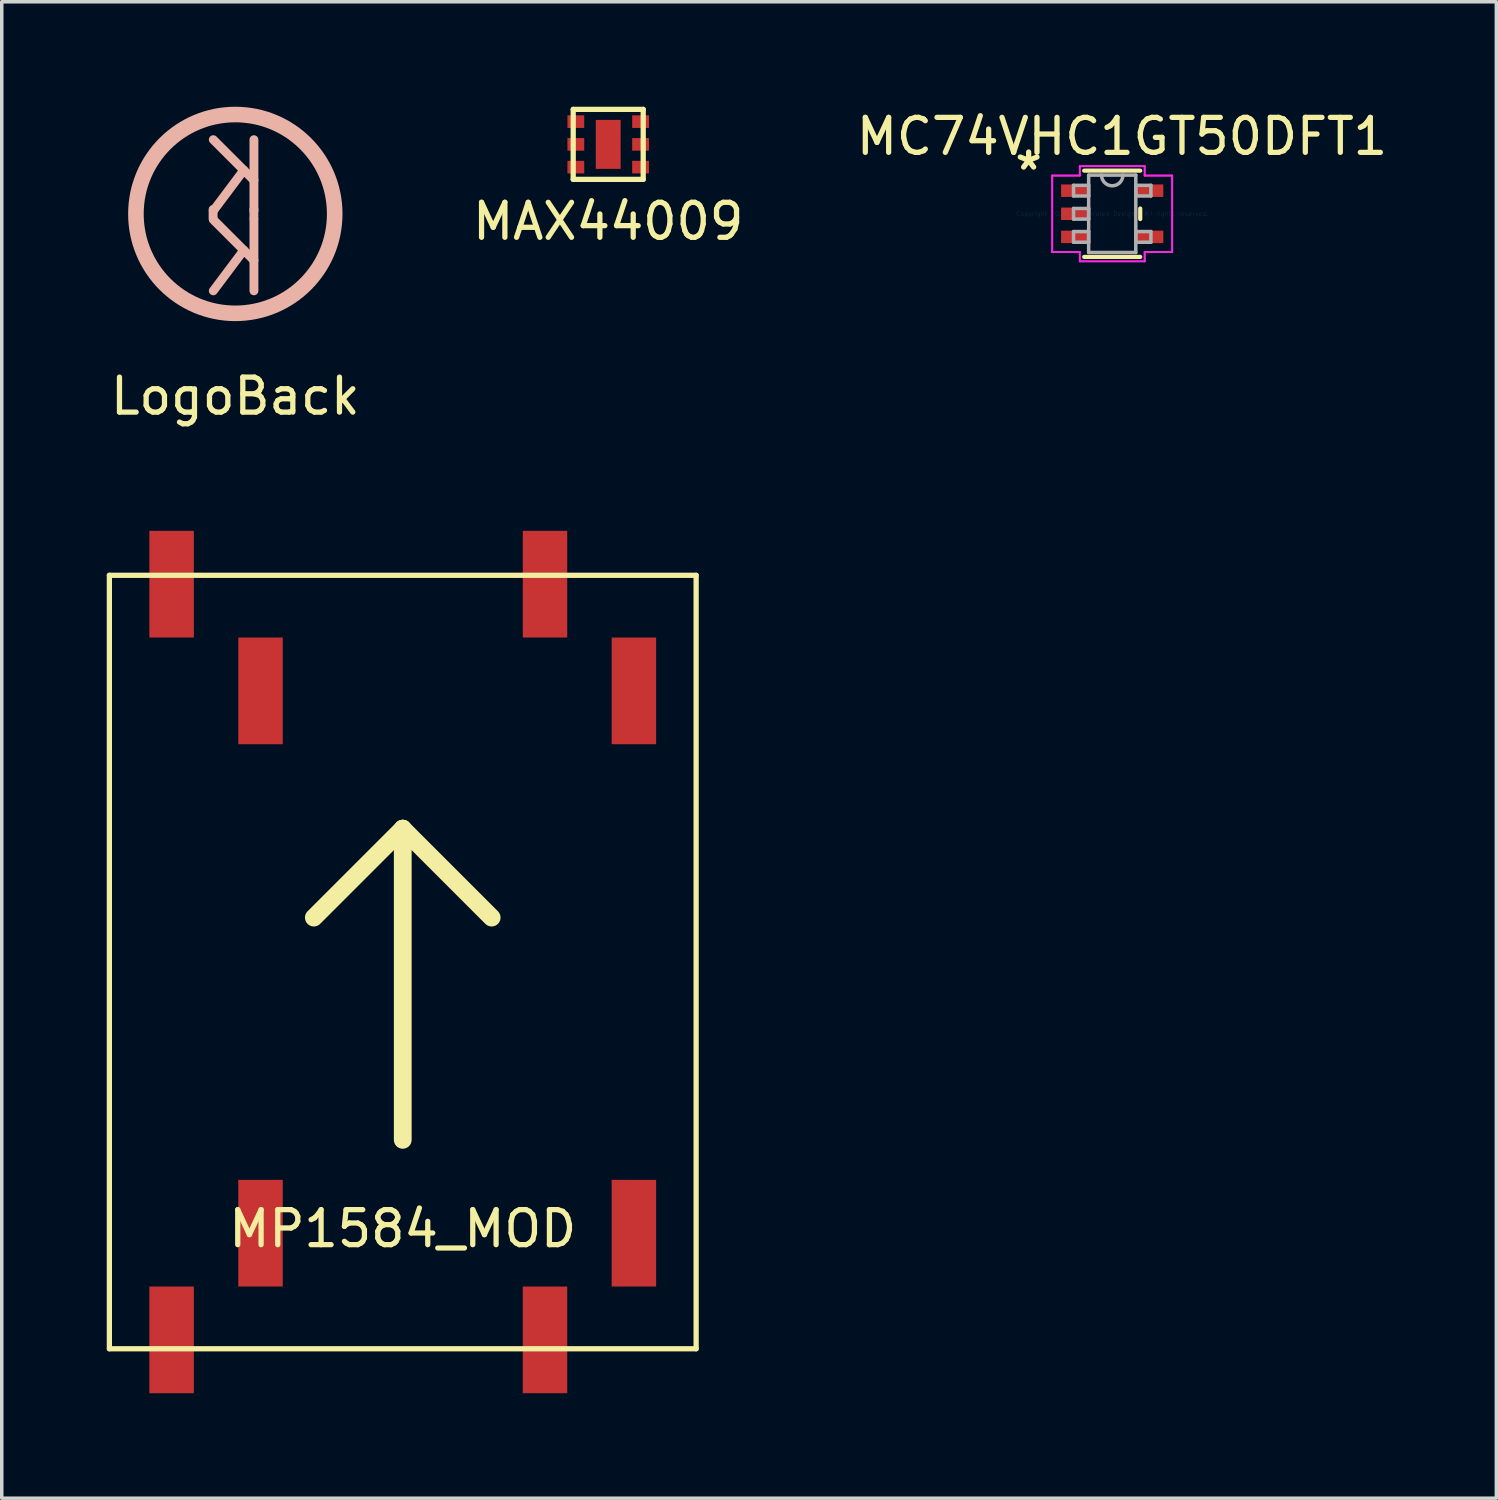
<source format=kicad_pcb>
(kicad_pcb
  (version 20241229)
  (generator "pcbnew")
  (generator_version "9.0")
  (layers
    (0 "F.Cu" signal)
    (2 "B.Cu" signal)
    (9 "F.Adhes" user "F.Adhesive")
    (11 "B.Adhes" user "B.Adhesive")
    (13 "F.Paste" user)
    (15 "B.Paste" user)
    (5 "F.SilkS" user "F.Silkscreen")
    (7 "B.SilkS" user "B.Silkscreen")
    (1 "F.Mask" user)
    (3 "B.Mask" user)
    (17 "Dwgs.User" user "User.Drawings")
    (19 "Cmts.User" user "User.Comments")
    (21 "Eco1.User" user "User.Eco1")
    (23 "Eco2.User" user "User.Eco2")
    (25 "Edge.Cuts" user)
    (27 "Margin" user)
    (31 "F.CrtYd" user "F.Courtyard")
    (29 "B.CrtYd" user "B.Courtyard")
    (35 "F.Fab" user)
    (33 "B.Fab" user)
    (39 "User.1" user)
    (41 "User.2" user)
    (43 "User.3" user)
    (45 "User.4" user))
  (footprint "LogoBack"
    (layer "F.Cu")
    (at 3.673 3.062)
    (property "Reference" "LogoBack" (at 0 5.207 0) (layer "F.SilkS") (effects (font (size 1 1) (thickness 0.15))))
    (attr through_hole)
    (fp_line (start -0.635 -0.127) (end -0.635 0.127) (stroke (width 0.254) (type solid)) (layer "B.SilkS"))
    (fp_line (start 0.531 -0.127) (end 0.531 0.127) (stroke (width 0.254) (type solid)) (layer "B.SilkS"))
    (fp_circle (center 0 0) (end 2.54 -1.27) (stroke (width 0.445) (type solid)) (fill no) (layer "B.SilkS"))
    (fp_text user "K" (at 0 1.27 0) (layer "B.SilkS") (effects (font (size 2.032 2.032) (thickness 0.254)) (justify mirror)))
    (fp_text user "K" (at 0 -1.016 0) (layer "B.SilkS") (effects (font (size 2.032 2.032) (thickness 0.254)) (justify mirror))))
  (footprint "MAX44009"
    (layer "F.Cu")
    (at 14.327 1.075)
    (property "Reference" "MAX44009" (at 0 2.2 0) (layer "F.SilkS") (effects (font (size 1 1) (thickness 0.15))))
    (attr through_hole)
    (fp_line (start -1 -1) (end 1 -1) (stroke (width 0.15) (type solid)) (layer "F.SilkS"))
    (fp_line (start -1 1) (end -1 -1) (stroke (width 0.15) (type solid)) (layer "F.SilkS"))
    (fp_line (start 1 -1) (end 1 1) (stroke (width 0.15) (type solid)) (layer "F.SilkS"))
    (fp_line (start 1 1) (end -1 1) (stroke (width 0.15) (type solid)) (layer "F.SilkS"))
    (pad "" smd rect (at 0 0) (size 0.71 1.4) (layers "F.Cu" "F.Mask" "F.Paste"))
    (pad "1" smd rect (at -0.925 -0.65) (size 0.48 0.36) (layers "F.Cu" "F.Mask" "F.Paste"))
    (pad "2" smd rect (at -0.925 0) (size 0.48 0.36) (layers "F.Cu" "F.Mask" "F.Paste"))
    (pad "3" smd rect (at -0.925 0.65) (size 0.48 0.36) (layers "F.Cu" "F.Mask" "F.Paste"))
    (pad "4" smd rect (at 0.925 0.65) (size 0.48 0.36) (layers "F.Cu" "F.Mask" "F.Paste"))
    (pad "5" smd rect (at 0.925 0) (size 0.48 0.36) (layers "F.Cu" "F.Mask" "F.Paste"))
    (pad "6" smd rect (at 0.925 -0.65) (size 0.48 0.36) (layers "F.Cu" "F.Mask" "F.Paste")))
  (footprint "MC74VHC1GT50DFT1"
    (layer "F.Cu")
    (at 28.727 3.058)
    (property "Reference" "MC74VHC1GT50DFT1" (at 0.279 -2.21 0) (layer "F.SilkS") (effects (font (size 1 1) (thickness 0.15))))
    (attr through_hole)
    (fp_line (start -0.8 1.232) (end 0.8 1.232) (stroke (width 0.12) (type solid)) (layer "F.SilkS"))
    (fp_line (start 0.8 -1.232) (end -0.8 -1.232) (stroke (width 0.12) (type solid)) (layer "F.SilkS"))
    (fp_line (start 0.8 0.15) (end 0.8 -0.15) (stroke (width 0.12) (type solid)) (layer "F.SilkS"))
    (fp_line (start -1.714 -1.092) (end -0.927 -1.092) (stroke (width 0.05) (type solid)) (layer "F.CrtYd"))
    (fp_line (start -1.714 -1.092) (end -0.927 -1.092) (stroke (width 0.05) (type solid)) (layer "F.CrtYd"))
    (fp_line (start -1.714 1.092) (end -1.714 -1.092) (stroke (width 0.05) (type solid)) (layer "F.CrtYd"))
    (fp_line (start -1.714 1.092) (end -1.714 -1.092) (stroke (width 0.05) (type solid)) (layer "F.CrtYd"))
    (fp_line (start -1.714 1.092) (end -0.927 1.092) (stroke (width 0.05) (type solid)) (layer "F.CrtYd"))
    (fp_line (start -0.927 -1.359) (end 0.927 -1.359) (stroke (width 0.05) (type solid)) (layer "F.CrtYd"))
    (fp_line (start -0.927 -1.359) (end 0.927 -1.359) (stroke (width 0.05) (type solid)) (layer "F.CrtYd"))
    (fp_line (start -0.927 -1.092) (end -0.927 -1.359) (stroke (width 0.05) (type solid)) (layer "F.CrtYd"))
    (fp_line (start -0.927 -1.092) (end -0.927 -1.359) (stroke (width 0.05) (type solid)) (layer "F.CrtYd"))
    (fp_line (start -0.927 1.092) (end -1.714 1.092) (stroke (width 0.05) (type solid)) (layer "F.CrtYd"))
    (fp_line (start -0.927 1.359) (end -0.927 1.092) (stroke (width 0.05) (type solid)) (layer "F.CrtYd"))
    (fp_line (start -0.927 1.359) (end -0.927 1.092) (stroke (width 0.05) (type solid)) (layer "F.CrtYd"))
    (fp_line (start 0.927 -1.359) (end 0.927 -1.092) (stroke (width 0.05) (type solid)) (layer "F.CrtYd"))
    (fp_line (start 0.927 -1.359) (end 0.927 -1.092) (stroke (width 0.05) (type solid)) (layer "F.CrtYd"))
    (fp_line (start 0.927 -1.092) (end 1.714 -1.092) (stroke (width 0.05) (type solid)) (layer "F.CrtYd"))
    (fp_line (start 0.927 1.092) (end 0.927 1.359) (stroke (width 0.05) (type solid)) (layer "F.CrtYd"))
    (fp_line (start 0.927 1.092) (end 0.927 1.359) (stroke (width 0.05) (type solid)) (layer "F.CrtYd"))
    (fp_line (start 0.927 1.359) (end -0.927 1.359) (stroke (width 0.05) (type solid)) (layer "F.CrtYd"))
    (fp_line (start 0.927 1.359) (end -0.927 1.359) (stroke (width 0.05) (type solid)) (layer "F.CrtYd"))
    (fp_line (start 1.714 -1.092) (end 0.927 -1.092) (stroke (width 0.05) (type solid)) (layer "F.CrtYd"))
    (fp_line (start 1.714 -1.092) (end 1.714 1.092) (stroke (width 0.05) (type solid)) (layer "F.CrtYd"))
    (fp_line (start 1.714 -1.092) (end 1.714 1.092) (stroke (width 0.05) (type solid)) (layer "F.CrtYd"))
    (fp_line (start 1.714 1.092) (end 0.927 1.092) (stroke (width 0.05) (type solid)) (layer "F.CrtYd"))
    (fp_line (start 1.714 1.092) (end 0.927 1.092) (stroke (width 0.05) (type solid)) (layer "F.CrtYd"))
    (fp_line (start -1.105 -0.813) (end -1.105 -0.508) (stroke (width 0.1) (type solid)) (layer "F.Fab"))
    (fp_line (start -1.105 -0.508) (end -0.673 -0.508) (stroke (width 0.1) (type solid)) (layer "F.Fab"))
    (fp_line (start -1.105 -0.152) (end -1.105 0.152) (stroke (width 0.1) (type solid)) (layer "F.Fab"))
    (fp_line (start -1.105 0.152) (end -0.673 0.152) (stroke (width 0.1) (type solid)) (layer "F.Fab"))
    (fp_line (start -1.105 0.508) (end -1.105 0.813) (stroke (width 0.1) (type solid)) (layer "F.Fab"))
    (fp_line (start -1.105 0.813) (end -0.673 0.813) (stroke (width 0.1) (type solid)) (layer "F.Fab"))
    (fp_line (start -0.673 -1.105) (end -0.673 1.105) (stroke (width 0.1) (type solid)) (layer "F.Fab"))
    (fp_line (start -0.673 -0.813) (end -1.105 -0.813) (stroke (width 0.1) (type solid)) (layer "F.Fab"))
    (fp_line (start -0.673 -0.508) (end -0.673 -0.813) (stroke (width 0.1) (type solid)) (layer "F.Fab"))
    (fp_line (start -0.673 -0.152) (end -1.105 -0.152) (stroke (width 0.1) (type solid)) (layer "F.Fab"))
    (fp_line (start -0.673 0.152) (end -0.673 -0.152) (stroke (width 0.1) (type solid)) (layer "F.Fab"))
    (fp_line (start -0.673 0.508) (end -1.105 0.508) (stroke (width 0.1) (type solid)) (layer "F.Fab"))
    (fp_line (start -0.673 0.813) (end -0.673 0.508) (stroke (width 0.1) (type solid)) (layer "F.Fab"))
    (fp_line (start -0.673 1.105) (end 0.673 1.105) (stroke (width 0.1) (type solid)) (layer "F.Fab"))
    (fp_line (start 0.673 -1.105) (end -0.673 -1.105) (stroke (width 0.1) (type solid)) (layer "F.Fab"))
    (fp_line (start 0.673 -0.813) (end 0.673 -0.508) (stroke (width 0.1) (type solid)) (layer "F.Fab"))
    (fp_line (start 0.673 -0.508) (end 1.105 -0.508) (stroke (width 0.1) (type solid)) (layer "F.Fab"))
    (fp_line (start 0.673 0.508) (end 0.673 0.813) (stroke (width 0.1) (type solid)) (layer "F.Fab"))
    (fp_line (start 0.673 0.813) (end 1.105 0.813) (stroke (width 0.1) (type solid)) (layer "F.Fab"))
    (fp_line (start 0.673 1.105) (end 0.673 -1.105) (stroke (width 0.1) (type solid)) (layer "F.Fab"))
    (fp_line (start 1.105 -0.813) (end 0.673 -0.813) (stroke (width 0.1) (type solid)) (layer "F.Fab"))
    (fp_line (start 1.105 -0.508) (end 1.105 -0.813) (stroke (width 0.1) (type solid)) (layer "F.Fab"))
    (fp_line (start 1.105 0.508) (end 0.673 0.508) (stroke (width 0.1) (type solid)) (layer "F.Fab"))
    (fp_line (start 1.105 0.813) (end 1.105 0.508) (stroke (width 0.1) (type solid)) (layer "F.Fab"))
    (fp_arc (start 0.3048 -1.1049) (mid 0 -0.8001) (end -0.3048 -1.1049) (stroke (width 0.1) (type solid)) (layer "F.Fab"))
    (fp_text user "*" (at -2.388 -1.219 0) (layer "F.SilkS") (effects (font (size 1 1) (thickness 0.15))))
    (fp_text user "Copyright 2021 Accelerated Designs. All rights reserved." (at 0 0 0) (layer "Cmts.User") (effects (font (size 0.127 0.127) (thickness 0.002))))
    (pad "1" smd rect (at -1.067 -0.66) (size 0.787 0.356) (layers "F.Cu" "F.Mask" "F.Paste"))
    (pad "2" smd rect (at -1.067 0) (size 0.787 0.356) (layers "F.Cu" "F.Mask" "F.Paste"))
    (pad "3" smd rect (at -1.067 0.66) (size 0.787 0.356) (layers "F.Cu" "F.Mask" "F.Paste"))
    (pad "4" smd rect (at 1.067 0.66) (size 0.787 0.356) (layers "F.Cu" "F.Mask" "F.Paste"))
    (pad "5" smd rect (at 1.067 -0.66) (size 0.787 0.356) (layers "F.Cu" "F.Mask" "F.Paste")))
  (footprint "MP1584_MOD"
    (layer "F.Cu")
    (at 8.457 24.436)
    (property "Reference" "MP1584_MOD" (at 0 7.62 0) (layer "F.SilkS") (effects (font (size 1 1) (thickness 0.15))))
    (attr through_hole)
    (fp_line (start -8.382 -11.049) (end -8.382 11.049) (stroke (width 0.15) (type solid)) (layer "F.SilkS"))
    (fp_line (start -8.382 11.049) (end 8.382 11.049) (stroke (width 0.15) (type solid)) (layer "F.SilkS"))
    (fp_line (start 0 -3.81) (end -2.54 -1.27) (stroke (width 0.508) (type solid)) (layer "F.SilkS"))
    (fp_line (start 0 -3.81) (end 2.54 -1.27) (stroke (width 0.508) (type solid)) (layer "F.SilkS"))
    (fp_line (start 0 5.08) (end 0 -3.81) (stroke (width 0.508) (type solid)) (layer "F.SilkS"))
    (fp_line (start 8.382 -11.049) (end -8.382 -11.049) (stroke (width 0.15) (type solid)) (layer "F.SilkS"))
    (fp_line (start 8.382 11.049) (end 8.382 -11.049) (stroke (width 0.15) (type solid)) (layer "F.SilkS"))
    (pad "1" smd rect (at -6.604 -10.795) (size 1.27 3.048) (layers "F.Cu" "F.Mask" "F.Paste"))
    (pad "2" smd rect (at -4.064 -7.747) (size 1.27 3.048) (layers "F.Cu" "F.Mask" "F.Paste"))
    (pad "3" smd rect (at 4.064 -10.795) (size 1.27 3.048) (layers "F.Cu" "F.Mask" "F.Paste"))
    (pad "4" smd rect (at 6.604 -7.747) (size 1.27 3.048) (layers "F.Cu" "F.Mask" "F.Paste"))
    (pad "5" smd rect (at -6.604 10.795) (size 1.27 3.048) (layers "F.Cu" "F.Mask" "F.Paste"))
    (pad "6" smd rect (at -4.064 7.747) (size 1.27 3.048) (layers "F.Cu" "F.Mask" "F.Paste"))
    (pad "7" smd rect (at 4.064 10.795) (size 1.27 3.048) (layers "F.Cu" "F.Mask" "F.Paste"))
    (pad "8" smd rect (at 6.604 7.747) (size 1.27 3.048) (layers "F.Cu" "F.Mask" "F.Paste")))
  (gr_rect
    (start -3 -3)
    (end 39.702 39.755)
    (stroke (width 0.1) (type default))
    (fill no)
    (layer "Edge.Cuts")))
</source>
